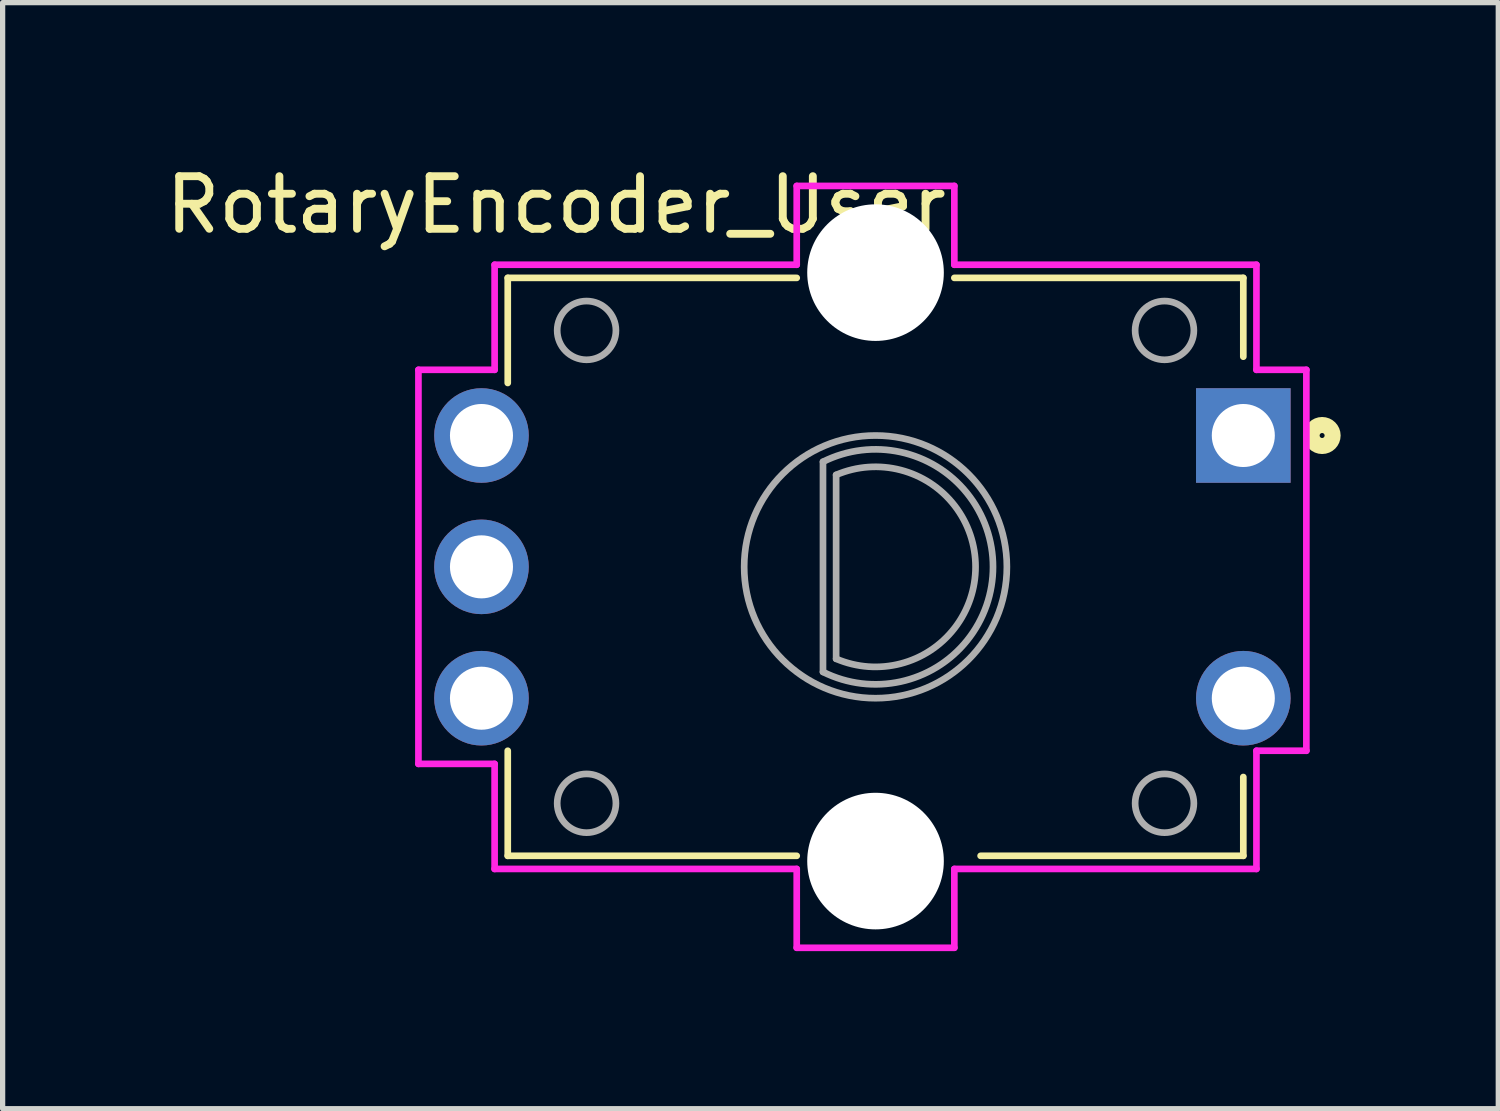
<source format=kicad_pcb>
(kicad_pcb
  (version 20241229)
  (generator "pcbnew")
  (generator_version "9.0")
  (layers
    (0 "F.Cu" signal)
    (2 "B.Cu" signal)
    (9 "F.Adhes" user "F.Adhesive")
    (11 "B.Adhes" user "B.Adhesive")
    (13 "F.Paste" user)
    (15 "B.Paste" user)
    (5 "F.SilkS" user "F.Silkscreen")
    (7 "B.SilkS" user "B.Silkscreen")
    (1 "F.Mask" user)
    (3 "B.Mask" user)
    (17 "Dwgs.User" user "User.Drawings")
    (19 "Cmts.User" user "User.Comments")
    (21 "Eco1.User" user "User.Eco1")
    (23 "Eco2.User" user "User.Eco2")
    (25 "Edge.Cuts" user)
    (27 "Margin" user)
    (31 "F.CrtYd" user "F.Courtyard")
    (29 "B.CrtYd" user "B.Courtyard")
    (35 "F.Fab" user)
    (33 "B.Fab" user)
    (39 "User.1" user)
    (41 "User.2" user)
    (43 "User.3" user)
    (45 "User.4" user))
  (footprint "RotaryEncoder_User"
    (layer "F.Cu")
    (at 13.614 7.739)
    (property "Reference" "RotaryEncoder_User" (at -6.079 -6.89 0) (layer "F.SilkS") (effects (font (size 1.001 1.001) (thickness 0.15))))
    (attr through_hole)
    (fp_line (start -7 -5.5) (end -7 -3.5) (stroke (width 0.127) (type solid)) (layer "F.SilkS"))
    (fp_line (start -7 5.5) (end -7 3.5) (stroke (width 0.127) (type solid)) (layer "F.SilkS"))
    (fp_line (start -1.5 -5.5) (end -7 -5.5) (stroke (width 0.127) (type solid)) (layer "F.SilkS"))
    (fp_line (start -1.5 5.5) (end -7 5.5) (stroke (width 0.127) (type solid)) (layer "F.SilkS"))
    (fp_line (start 7 -5.5) (end 1.5 -5.5) (stroke (width 0.127) (type solid)) (layer "F.SilkS"))
    (fp_line (start 7 -4) (end 7 -5.5) (stroke (width 0.127) (type solid)) (layer "F.SilkS"))
    (fp_line (start 7 4) (end 7 5.5) (stroke (width 0.127) (type solid)) (layer "F.SilkS"))
    (fp_line (start 7 5.5) (end 2 5.5) (stroke (width 0.127) (type solid)) (layer "F.SilkS"))
    (fp_circle (center 8.5 -2.5) (end 8.7 -2.5) (stroke (width 0.305) (type solid)) (fill no) (layer "F.SilkS"))
    (fp_line (start -8.7 -3.75) (end -8.7 3.75) (stroke (width 0.127) (type solid)) (layer "F.CrtYd"))
    (fp_line (start -8.7 3.75) (end -7.25 3.75) (stroke (width 0.127) (type solid)) (layer "F.CrtYd"))
    (fp_line (start -7.25 -5.75) (end -7.25 -3.75) (stroke (width 0.127) (type solid)) (layer "F.CrtYd"))
    (fp_line (start -7.25 -3.75) (end -8.7 -3.75) (stroke (width 0.127) (type solid)) (layer "F.CrtYd"))
    (fp_line (start -7.25 3.75) (end -7.25 5.75) (stroke (width 0.127) (type solid)) (layer "F.CrtYd"))
    (fp_line (start -7.25 5.75) (end -1.5 5.75) (stroke (width 0.127) (type solid)) (layer "F.CrtYd"))
    (fp_line (start -1.5 -7.25) (end -1.5 -5.75) (stroke (width 0.127) (type solid)) (layer "F.CrtYd"))
    (fp_line (start -1.5 -5.75) (end -7.25 -5.75) (stroke (width 0.127) (type solid)) (layer "F.CrtYd"))
    (fp_line (start -1.5 5.75) (end -1.5 7.25) (stroke (width 0.127) (type solid)) (layer "F.CrtYd"))
    (fp_line (start -1.5 7.25) (end 1.5 7.25) (stroke (width 0.127) (type solid)) (layer "F.CrtYd"))
    (fp_line (start 1.5 -7.25) (end -1.5 -7.25) (stroke (width 0.127) (type solid)) (layer "F.CrtYd"))
    (fp_line (start 1.5 -5.75) (end 1.5 -7.25) (stroke (width 0.127) (type solid)) (layer "F.CrtYd"))
    (fp_line (start 1.5 5.75) (end 7.25 5.75) (stroke (width 0.127) (type solid)) (layer "F.CrtYd"))
    (fp_line (start 1.5 7.25) (end 1.5 5.75) (stroke (width 0.127) (type solid)) (layer "F.CrtYd"))
    (fp_line (start 7.25 -5.75) (end 1.5 -5.75) (stroke (width 0.127) (type solid)) (layer "F.CrtYd"))
    (fp_line (start 7.25 -3.75) (end 7.25 -5.75) (stroke (width 0.127) (type solid)) (layer "F.CrtYd"))
    (fp_line (start 7.25 3.5) (end 8.2 3.5) (stroke (width 0.127) (type solid)) (layer "F.CrtYd"))
    (fp_line (start 7.25 5.75) (end 7.25 3.5) (stroke (width 0.127) (type solid)) (layer "F.CrtYd"))
    (fp_line (start 8.2 -3.75) (end 7.25 -3.75) (stroke (width 0.127) (type solid)) (layer "F.CrtYd"))
    (fp_line (start 8.2 3.5) (end 8.2 -3.75) (stroke (width 0.127) (type solid)) (layer "F.CrtYd"))
    (fp_line (start -1 -2) (end -1 2) (stroke (width 0.127) (type solid)) (layer "F.Fab"))
    (fp_line (start -0.75 -1.75) (end -0.75 1.75) (stroke (width 0.127) (type solid)) (layer "F.Fab"))
    (fp_arc (start -1 -2) (mid 2.236065 0) (end -1 2) (stroke (width 0.127) (type solid)) (layer "F.Fab"))
    (fp_arc (start -0.75 -1.75) (mid 1.903939 0) (end -0.75 1.75) (stroke (width 0.127) (type solid)) (layer "F.Fab"))
    (fp_circle (center -5.5 -4.5) (end -4.941 -4.5) (stroke (width 0.127) (type solid)) (fill no) (layer "F.Fab"))
    (fp_circle (center -5.5 4.5) (end -4.941 4.5) (stroke (width 0.127) (type solid)) (fill no) (layer "F.Fab"))
    (fp_circle (center 0 0) (end 2.5 0) (stroke (width 0.127) (type solid)) (fill no) (layer "F.Fab"))
    (fp_circle (center 5.5 -4.5) (end 6.059 -4.5) (stroke (width 0.127) (type solid)) (fill no) (layer "F.Fab"))
    (fp_circle (center 5.5 4.5) (end 6.059 4.5) (stroke (width 0.127) (type solid)) (fill no) (layer "F.Fab"))
    (pad "" np_thru_hole circle (at 0 -5.6) (size 2.6 2.6) (drill 2.6) (layers "*.Cu" "*.Mask"))
    (pad "" np_thru_hole circle (at 0 5.6) (size 2.6 2.6) (drill 2.6) (layers "*.Cu" "*.Mask"))
    (pad "A" thru_hole circle (at -7.5 -2.5) (size 1.8 1.8) (drill 1.2) (layers "*.Cu" "*.Mask"))
    (pad "B" thru_hole circle (at -7.5 2.5) (size 1.8 1.8) (drill 1.2) (layers "*.Cu" "*.Mask"))
    (pad "C" thru_hole circle (at -7.5 0) (size 1.8 1.8) (drill 1.2) (layers "*.Cu" "*.Mask"))
    (pad "S1" thru_hole rect (at 7 -2.5) (size 1.8 1.8) (drill 1.2) (layers "*.Cu" "*.Mask"))
    (pad "S2" thru_hole circle (at 7 2.5) (size 1.8 1.8) (drill 1.2) (layers "*.Cu" "*.Mask")))
  (gr_rect
    (start -3 -3)
    (end 25.467 18.052)
    (stroke (width 0.1) (type default))
    (fill no)
    (layer "Edge.Cuts")))
</source>
